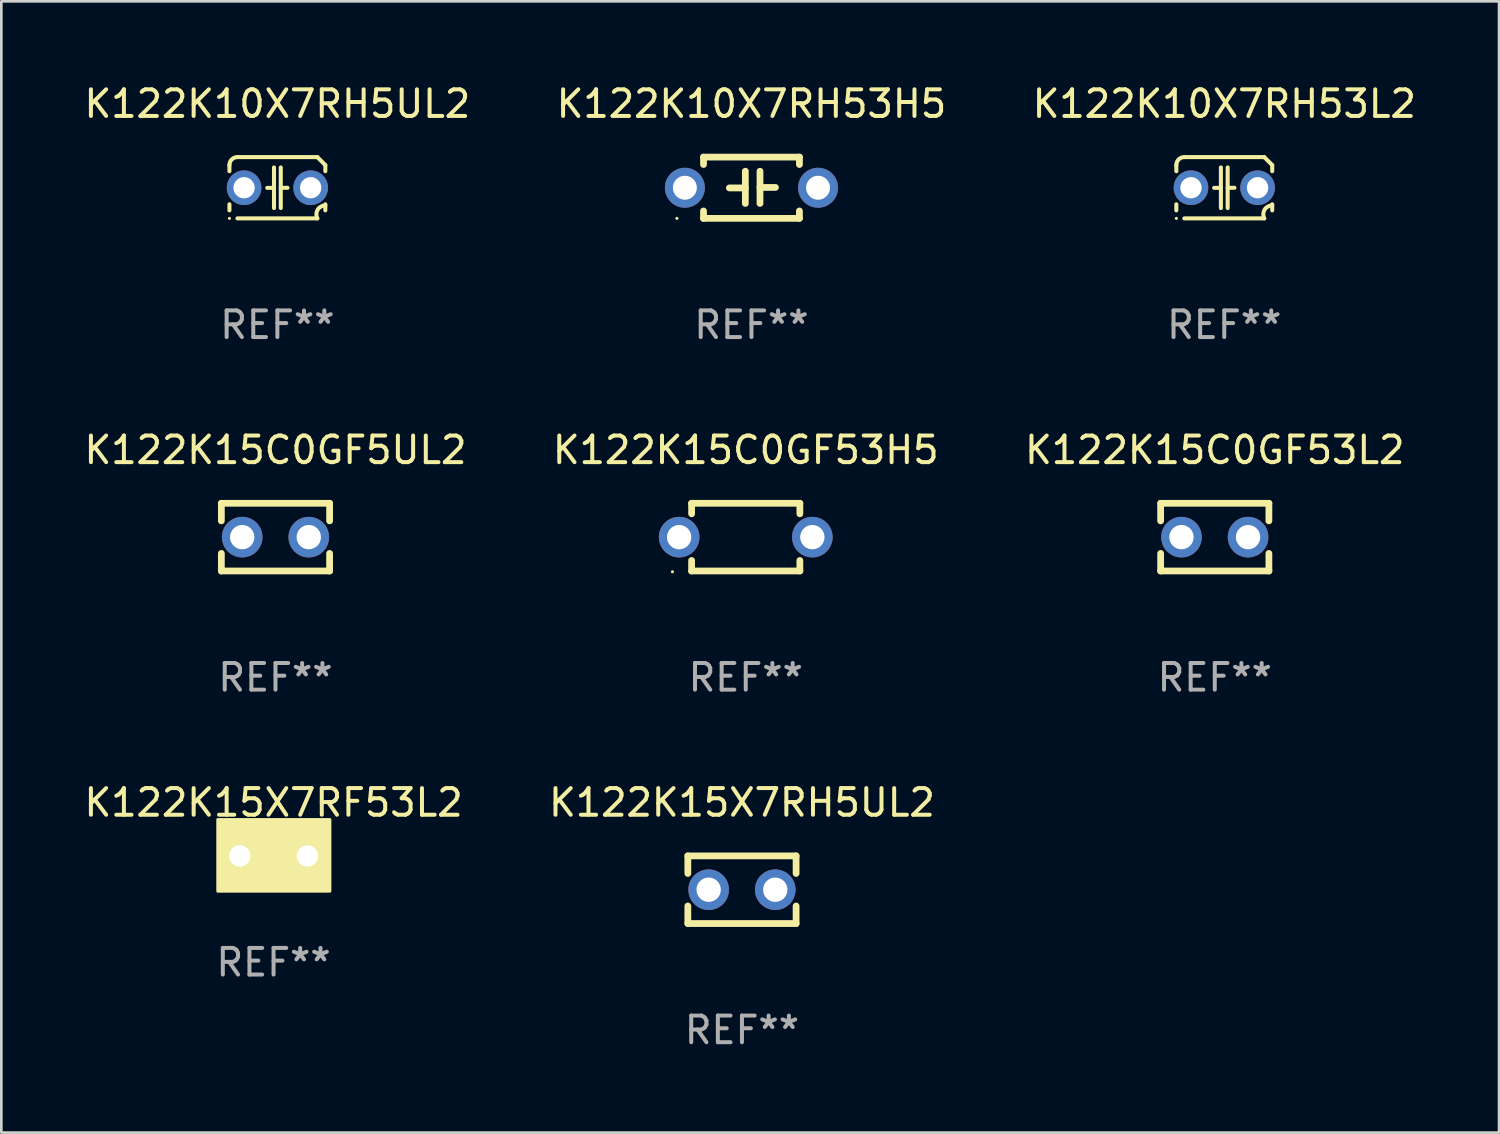
<source format=kicad_pcb>
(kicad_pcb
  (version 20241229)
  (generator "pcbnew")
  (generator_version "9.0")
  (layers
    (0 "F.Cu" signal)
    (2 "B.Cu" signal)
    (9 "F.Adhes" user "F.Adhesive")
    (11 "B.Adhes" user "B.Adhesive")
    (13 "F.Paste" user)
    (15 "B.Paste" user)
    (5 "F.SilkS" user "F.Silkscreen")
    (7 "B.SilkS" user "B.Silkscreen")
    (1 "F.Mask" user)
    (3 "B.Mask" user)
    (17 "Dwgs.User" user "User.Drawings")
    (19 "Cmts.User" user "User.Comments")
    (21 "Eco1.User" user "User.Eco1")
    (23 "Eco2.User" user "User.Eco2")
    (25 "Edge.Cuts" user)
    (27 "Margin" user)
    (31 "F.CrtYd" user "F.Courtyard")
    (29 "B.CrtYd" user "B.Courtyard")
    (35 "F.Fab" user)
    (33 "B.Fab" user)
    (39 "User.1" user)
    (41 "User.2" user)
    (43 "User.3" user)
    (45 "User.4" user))
  (footprint "K122K15C0GF53L2"
    (layer "F.Cu")
    (at 42.554 17.115)
    (property "Reference" "K122K15C0GF53L2" (at 0 -3.27 0) (layer "F.SilkS") (effects (font (size 1 1) (thickness 0.15))))
    (attr through_hole)
    (fp_line (start -2.032 -1.27) (end -2.032 -0.611) (stroke (width 0.254) (type solid)) (layer "F.SilkS"))
    (fp_line (start -2.032 0.611) (end -2.032 1.27) (stroke (width 0.254) (type solid)) (layer "F.SilkS"))
    (fp_line (start -2.032 1.27) (end 2.032 1.27) (stroke (width 0.254) (type solid)) (layer "F.SilkS"))
    (fp_line (start 2.032 -1.27) (end -2.032 -1.27) (stroke (width 0.254) (type solid)) (layer "F.SilkS"))
    (fp_line (start 2.032 -0.611) (end 2.032 -1.27) (stroke (width 0.254) (type solid)) (layer "F.SilkS"))
    (fp_line (start 2.032 1.27) (end 2.032 0.611) (stroke (width 0.254) (type solid)) (layer "F.SilkS"))
    (fp_circle (center -2 1.3) (end -1.97 1.3) (stroke (width 0.06) (type solid)) (fill no) (layer "F.SilkS"))
    (fp_text user "REF**" (at 0 5.27 0) (layer "F.Fab") (effects (font (size 1 1) (thickness 0.15))))
    (pad "1" thru_hole circle (at -1.25 0) (size 1.524 1.524) (drill 0.914) (layers "*.Cu" "*.Mask"))
    (pad "2" thru_hole circle (at 1.25 0) (size 1.524 1.524) (drill 0.914) (layers "*.Cu" "*.Mask")))
  (footprint "K122K15C0GF53H5"
    (layer "F.Cu")
    (at 24.946 17.115)
    (property "Reference" "K122K15C0GF53H5" (at 0 -3.27 0) (layer "F.SilkS") (effects (font (size 1 1) (thickness 0.15))))
    (attr through_hole)
    (fp_line (start -2.032 -1.27) (end -2.032 -0.876) (stroke (width 0.254) (type solid)) (layer "F.SilkS"))
    (fp_line (start -2.032 0.876) (end -2.032 1.27) (stroke (width 0.254) (type solid)) (layer "F.SilkS"))
    (fp_line (start -2.032 1.27) (end 2.032 1.27) (stroke (width 0.254) (type solid)) (layer "F.SilkS"))
    (fp_line (start 2.032 -1.27) (end -2.032 -1.27) (stroke (width 0.254) (type solid)) (layer "F.SilkS"))
    (fp_line (start 2.032 -0.876) (end 2.032 -1.27) (stroke (width 0.254) (type solid)) (layer "F.SilkS"))
    (fp_line (start 2.032 1.27) (end 2.032 0.876) (stroke (width 0.254) (type solid)) (layer "F.SilkS"))
    (fp_circle (center -2.751 1.3) (end -2.721 1.3) (stroke (width 0.06) (type solid)) (fill no) (layer "F.SilkS"))
    (fp_text user "REF**" (at 0 5.27 0) (layer "F.Fab") (effects (font (size 1 1) (thickness 0.15))))
    (pad "1" thru_hole circle (at -2.5 0) (size 1.524 1.524) (drill 0.914) (layers "*.Cu" "*.Mask"))
    (pad "2" thru_hole circle (at 2.5 0) (size 1.524 1.524) (drill 0.914) (layers "*.Cu" "*.Mask")))
  (footprint "K122K15X7RH5UL2"
    (layer "F.Cu")
    (at 24.804 30.351)
    (property "Reference" "K122K15X7RH5UL2" (at 0 -3.27 0) (layer "F.SilkS") (effects (font (size 1 1) (thickness 0.15))))
    (attr through_hole)
    (fp_line (start -2.032 -1.27) (end -2.032 -0.611) (stroke (width 0.254) (type solid)) (layer "F.SilkS"))
    (fp_line (start -2.032 0.611) (end -2.032 1.27) (stroke (width 0.254) (type solid)) (layer "F.SilkS"))
    (fp_line (start -2.032 1.27) (end 2.032 1.27) (stroke (width 0.254) (type solid)) (layer "F.SilkS"))
    (fp_line (start 2.032 -1.27) (end -2.032 -1.27) (stroke (width 0.254) (type solid)) (layer "F.SilkS"))
    (fp_line (start 2.032 -0.611) (end 2.032 -1.27) (stroke (width 0.254) (type solid)) (layer "F.SilkS"))
    (fp_line (start 2.032 1.27) (end 2.032 0.611) (stroke (width 0.254) (type solid)) (layer "F.SilkS"))
    (fp_circle (center -2 1.3) (end -1.97 1.3) (stroke (width 0.06) (type solid)) (fill no) (layer "F.SilkS"))
    (fp_text user "REF**" (at 0 5.27 0) (layer "F.Fab") (effects (font (size 1 1) (thickness 0.15))))
    (pad "1" thru_hole circle (at -1.25 0) (size 1.524 1.524) (drill 0.914) (layers "*.Cu" "*.Mask"))
    (pad "2" thru_hole circle (at 1.25 0) (size 1.524 1.524) (drill 0.914) (layers "*.Cu" "*.Mask")))
  (footprint "K122K10X7RH53L2"
    (layer "F.Cu")
    (at 42.911 3.998)
    (property "Reference" "K122K10X7RH53L2" (at 0 -3.15 0) (layer "F.SilkS") (effects (font (size 1 1) (thickness 0.15))))
    (attr through_hole)
    (fp_line (start -1.8 -0.621) (end -1.8 -0.85) (stroke (width 0.152) (type solid)) (layer "F.SilkS"))
    (fp_line (start -1.8 0.85) (end -1.8 0.621) (stroke (width 0.152) (type solid)) (layer "F.SilkS"))
    (fp_line (start -1.5 -1.15) (end 1.5 -1.15) (stroke (width 0.152) (type solid)) (layer "F.SilkS"))
    (fp_line (start -0.127 -0.762) (end -0.127 0.762) (stroke (width 0.152) (type solid)) (layer "F.SilkS"))
    (fp_line (start -0.127 0.005) (end -0.381 0.005) (stroke (width 0.152) (type solid)) (layer "F.SilkS"))
    (fp_line (start 0.127 -0.762) (end 0.127 0.762) (stroke (width 0.152) (type solid)) (layer "F.SilkS"))
    (fp_line (start 0.127 0.002) (end 0.381 0.002) (stroke (width 0.152) (type solid)) (layer "F.SilkS"))
    (fp_line (start 1.5 1.15) (end -1.5 1.15) (stroke (width 0.152) (type solid)) (layer "F.SilkS"))
    (fp_line (start 1.8 -0.85) (end 1.8 -0.621) (stroke (width 0.152) (type solid)) (layer "F.SilkS"))
    (fp_line (start 1.8 0.621) (end 1.8 0.85) (stroke (width 0.152) (type solid)) (layer "F.SilkS"))
    (fp_arc (start -1.799975 -0.849987) (mid -1.712107 -1.062119) (end -1.499975 -1.149987) (stroke (width 0.151994) (type solid)) (layer "F.SilkS"))
    (fp_arc (start 1.499975 1.149987) (mid 1.513726 0.822359) (end 1.799975 0.662387) (stroke (width 0.151994) (type solid)) (layer "F.SilkS"))
    (fp_arc (start 1.500001 -1.149986) (mid 1.650015 -1.000001) (end 1.8 -0.849987) (stroke (width 0.151994) (type solid)) (layer "F.SilkS"))
    (fp_circle (center -1.8 1.15) (end -1.77 1.15) (stroke (width 0.06) (type solid)) (fill no) (layer "F.SilkS"))
    (fp_text user "REF**" (at 0 5.15 0) (layer "F.Fab") (effects (font (size 1 1) (thickness 0.15))))
    (pad "1" thru_hole circle (at -1.25 0) (size 1.3 1.3) (drill 0.8) (layers "*.Cu" "*.Mask"))
    (pad "2" thru_hole circle (at 1.25 0) (size 1.3 1.3) (drill 0.8) (layers "*.Cu" "*.Mask")))
  (footprint "K122K15C0GF5UL2"
    (layer "F.Cu")
    (at 7.292 17.115)
    (property "Reference" "K122K15C0GF5UL2" (at 0 -3.27 0) (layer "F.SilkS") (effects (font (size 1 1) (thickness 0.15))))
    (attr through_hole)
    (fp_line (start -2.032 -1.27) (end -2.032 -0.611) (stroke (width 0.254) (type solid)) (layer "F.SilkS"))
    (fp_line (start -2.032 0.611) (end -2.032 1.27) (stroke (width 0.254) (type solid)) (layer "F.SilkS"))
    (fp_line (start -2.032 1.27) (end 2.032 1.27) (stroke (width 0.254) (type solid)) (layer "F.SilkS"))
    (fp_line (start 2.032 -1.27) (end -2.032 -1.27) (stroke (width 0.254) (type solid)) (layer "F.SilkS"))
    (fp_line (start 2.032 -0.611) (end 2.032 -1.27) (stroke (width 0.254) (type solid)) (layer "F.SilkS"))
    (fp_line (start 2.032 1.27) (end 2.032 0.611) (stroke (width 0.254) (type solid)) (layer "F.SilkS"))
    (fp_circle (center -2 1.3) (end -1.97 1.3) (stroke (width 0.06) (type solid)) (fill no) (layer "F.SilkS"))
    (fp_text user "REF**" (at 0 5.27 0) (layer "F.Fab") (effects (font (size 1 1) (thickness 0.15))))
    (pad "1" thru_hole circle (at -1.25 0) (size 1.524 1.524) (drill 0.914) (layers "*.Cu" "*.Mask"))
    (pad "2" thru_hole circle (at 1.25 0) (size 1.524 1.524) (drill 0.914) (layers "*.Cu" "*.Mask")))
  (footprint "K122K10X7RH53H5"
    (layer "F.Cu")
    (at 25.161 3.998)
    (property "Reference" "K122K10X7RH53H5" (at 0 -3.15 0) (layer "F.SilkS") (effects (font (size 1 1) (thickness 0.15))))
    (attr through_hole)
    (fp_line (start -1.8 -1.15) (end -1.8 -0.872) (stroke (width 0.254) (type solid)) (layer "F.SilkS"))
    (fp_line (start -1.8 -1.15) (end 1.8 -1.15) (stroke (width 0.254) (type solid)) (layer "F.SilkS"))
    (fp_line (start -1.8 0.872) (end -1.8 1.15) (stroke (width 0.254) (type solid)) (layer "F.SilkS"))
    (fp_line (start -1.8 1.15) (end 1.8 1.15) (stroke (width 0.254) (type solid)) (layer "F.SilkS"))
    (fp_line (start -0.23 -0.62) (end -0.23 0.59) (stroke (width 0.254) (type solid)) (layer "F.SilkS"))
    (fp_line (start -0.23 0.007) (end -0.83 0.007) (stroke (width 0.254) (type solid)) (layer "F.SilkS"))
    (fp_line (start 0.32 -0.62) (end 0.32 0.59) (stroke (width 0.254) (type solid)) (layer "F.SilkS"))
    (fp_line (start 0.32 -0.012) (end 0.9 -0.012) (stroke (width 0.254) (type solid)) (layer "F.SilkS"))
    (fp_line (start 1.8 -1.15) (end 1.8 -0.872) (stroke (width 0.254) (type solid)) (layer "F.SilkS"))
    (fp_line (start 1.8 0.872) (end 1.8 1.15) (stroke (width 0.254) (type solid)) (layer "F.SilkS"))
    (fp_circle (center -2.8 1.15) (end -2.77 1.15) (stroke (width 0.06) (type solid)) (fill no) (layer "F.SilkS"))
    (fp_text user "REF**" (at 0 5.15 0) (layer "F.Fab") (effects (font (size 1 1) (thickness 0.15))))
    (pad "1" thru_hole circle (at -2.5 0) (size 1.5 1.5) (drill 0.9) (layers "*.Cu" "*.Mask"))
    (pad "2" thru_hole circle (at 2.5 0) (size 1.5 1.5) (drill 0.9) (layers "*.Cu" "*.Mask")))
  (footprint "K122K10X7RH5UL2"
    (layer "F.Cu")
    (at 7.363 3.998)
    (property "Reference" "K122K10X7RH5UL2" (at 0 -3.15 0) (layer "F.SilkS") (effects (font (size 1 1) (thickness 0.15))))
    (attr through_hole)
    (fp_line (start -1.8 -0.621) (end -1.8 -0.85) (stroke (width 0.152) (type solid)) (layer "F.SilkS"))
    (fp_line (start -1.8 0.85) (end -1.8 0.621) (stroke (width 0.152) (type solid)) (layer "F.SilkS"))
    (fp_line (start -1.5 -1.15) (end 1.5 -1.15) (stroke (width 0.152) (type solid)) (layer "F.SilkS"))
    (fp_line (start -0.127 -0.762) (end -0.127 0.762) (stroke (width 0.152) (type solid)) (layer "F.SilkS"))
    (fp_line (start -0.127 0.005) (end -0.381 0.005) (stroke (width 0.152) (type solid)) (layer "F.SilkS"))
    (fp_line (start 0.127 -0.762) (end 0.127 0.762) (stroke (width 0.152) (type solid)) (layer "F.SilkS"))
    (fp_line (start 0.127 0.002) (end 0.381 0.002) (stroke (width 0.152) (type solid)) (layer "F.SilkS"))
    (fp_line (start 1.5 1.15) (end -1.5 1.15) (stroke (width 0.152) (type solid)) (layer "F.SilkS"))
    (fp_line (start 1.8 -0.85) (end 1.8 -0.621) (stroke (width 0.152) (type solid)) (layer "F.SilkS"))
    (fp_line (start 1.8 0.621) (end 1.8 0.85) (stroke (width 0.152) (type solid)) (layer "F.SilkS"))
    (fp_arc (start -1.799975 -0.849987) (mid -1.712107 -1.062119) (end -1.499975 -1.149987) (stroke (width 0.151994) (type solid)) (layer "F.SilkS"))
    (fp_arc (start 1.499975 1.149987) (mid 1.513726 0.822359) (end 1.799975 0.662387) (stroke (width 0.151994) (type solid)) (layer "F.SilkS"))
    (fp_arc (start 1.500001 -1.149986) (mid 1.650015 -1.000001) (end 1.8 -0.849987) (stroke (width 0.151994) (type solid)) (layer "F.SilkS"))
    (fp_circle (center -1.8 1.15) (end -1.77 1.15) (stroke (width 0.06) (type solid)) (fill no) (layer "F.SilkS"))
    (fp_text user "REF**" (at 0 5.15 0) (layer "F.Fab") (effects (font (size 1 1) (thickness 0.15))))
    (pad "1" thru_hole circle (at -1.25 0) (size 1.3 1.3) (drill 0.8) (layers "*.Cu" "*.Mask"))
    (pad "2" thru_hole circle (at 1.25 0) (size 1.3 1.3) (drill 0.8) (layers "*.Cu" "*.Mask")))
  (footprint "K122K15X7RF53L2"
    (layer "F.Cu")
    (at 7.22 29.081)
    (property "Reference" "K122K15X7RF53L2" (at 0 -2 0) (layer "F.SilkS") (effects (font (size 1 1) (thickness 0.15))))
    (attr through_hole)
    (fp_circle (center -2 1.3) (end -1.97 1.3) (stroke (width 0.06) (type solid)) (fill no) (layer "F.SilkS"))
    (fp_poly (pts (xy -2.09 -1.36) (xy 2.11 -1.36) (xy 2.11 1.32) (xy -2.09 1.32)) (stroke (width 0.12) (type solid)) (fill yes) (layer "F.SilkS"))
    (fp_text user "REF**" (at 0 4 0) (layer "F.Fab") (effects (font (size 1 1) (thickness 0.15))))
    (pad "1" thru_hole circle (at -1.27 0) (size 1.4 1.4) (drill 0.8) (layers "*.Cu" "*.Mask"))
    (pad "2" thru_hole circle (at 1.27 0) (size 1.4 1.4) (drill 0.8) (layers "*.Cu" "*.Mask")))
  (gr_rect
    (start -3 -3)
    (end 53.226 39.47)
    (stroke (width 0.1) (type default))
    (fill no)
    (layer "Edge.Cuts")))
</source>
